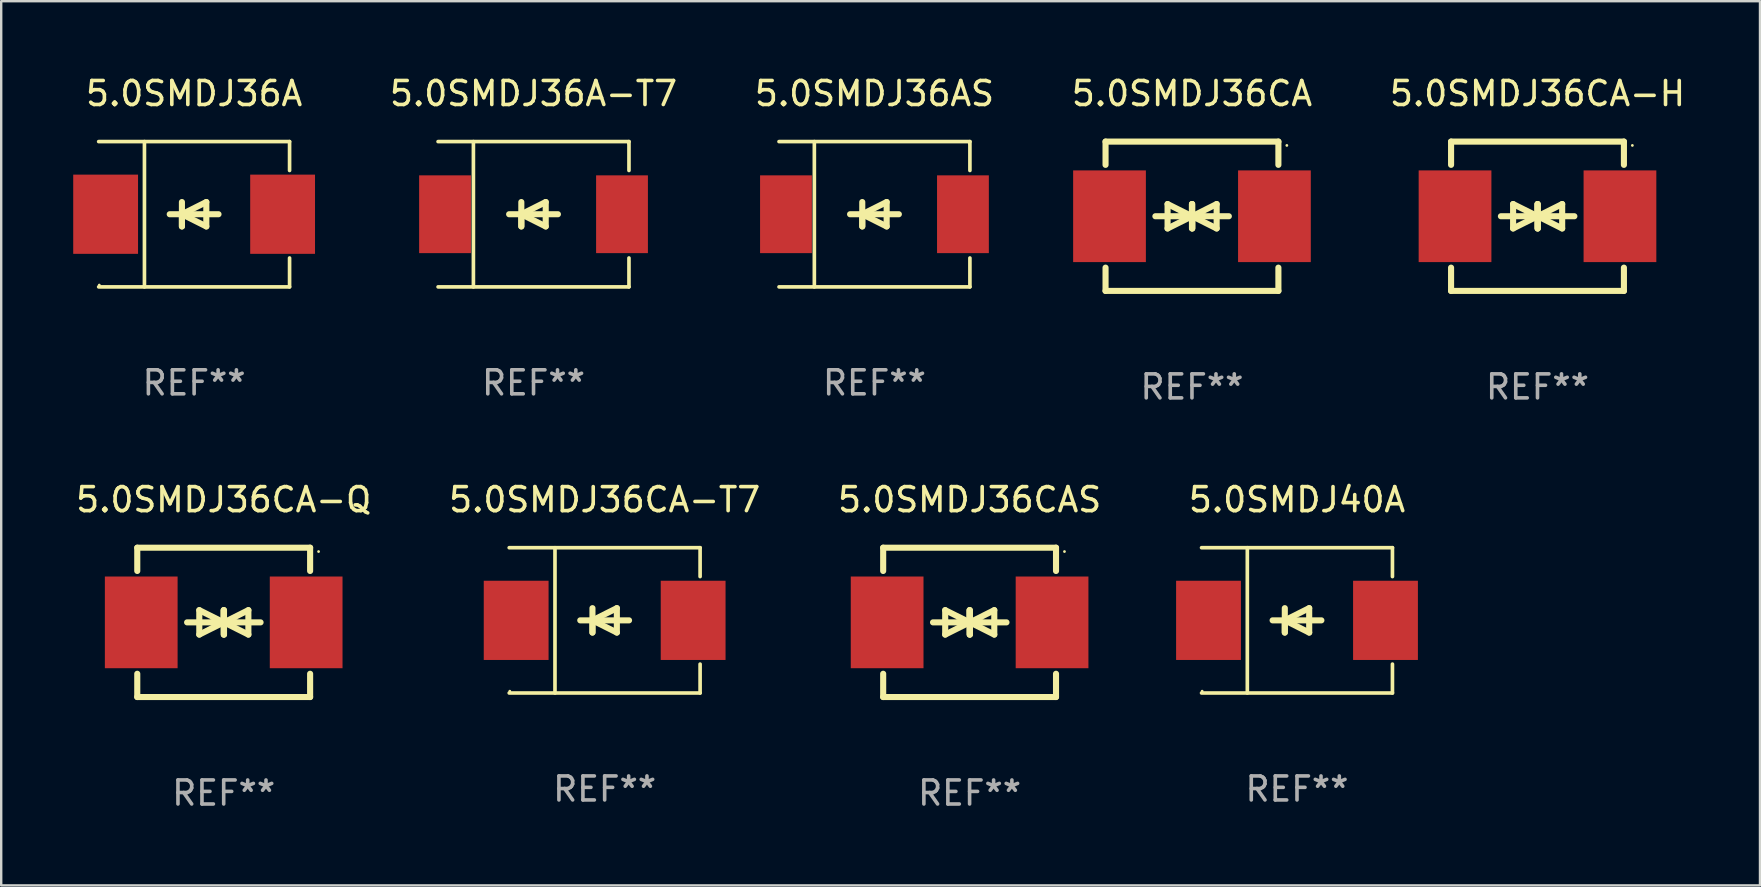
<source format=kicad_pcb>
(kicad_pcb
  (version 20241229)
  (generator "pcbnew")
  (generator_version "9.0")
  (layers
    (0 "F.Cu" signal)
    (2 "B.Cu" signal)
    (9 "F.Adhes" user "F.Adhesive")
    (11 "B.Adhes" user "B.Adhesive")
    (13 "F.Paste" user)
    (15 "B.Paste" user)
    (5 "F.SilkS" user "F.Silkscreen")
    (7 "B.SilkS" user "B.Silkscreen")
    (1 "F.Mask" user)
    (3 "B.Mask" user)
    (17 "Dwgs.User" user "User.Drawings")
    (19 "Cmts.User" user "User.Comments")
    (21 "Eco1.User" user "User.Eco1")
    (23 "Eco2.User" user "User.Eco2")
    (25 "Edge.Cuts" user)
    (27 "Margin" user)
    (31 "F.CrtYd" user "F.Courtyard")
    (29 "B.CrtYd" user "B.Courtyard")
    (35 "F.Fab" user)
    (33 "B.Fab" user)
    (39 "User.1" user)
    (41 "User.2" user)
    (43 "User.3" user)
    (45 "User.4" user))
  (footprint "5.0SMDJ36CA-H"
    (layer "F.Cu")
    (at 60.995 5.958)
    (property "Reference" "5.0SMDJ36CA-H" (at 0 -5.11 0) (layer "F.SilkS") (effects (font (size 1 1) (thickness 0.15))))
    (attr through_hole)
    (fp_line (start -3.6 -2.141) (end -3.6 -3.11) (stroke (width 0.254) (type solid)) (layer "F.SilkS"))
    (fp_line (start -3.6 3.11) (end -3.6 2.141) (stroke (width 0.254) (type solid)) (layer "F.SilkS"))
    (fp_line (start -1.524 0) (end 0.508 0) (stroke (width 0.254) (type solid)) (layer "F.SilkS"))
    (fp_line (start -1.016 -0.508) (end -1.016 0.508) (stroke (width 0.254) (type solid)) (layer "F.SilkS"))
    (fp_line (start -1.016 0.508) (end 0 0) (stroke (width 0.254) (type solid)) (layer "F.SilkS"))
    (fp_line (start 0 -0.508) (end 0 0.508) (stroke (width 0.254) (type solid)) (layer "F.SilkS"))
    (fp_line (start 0 0) (end -1.016 -0.508) (stroke (width 0.254) (type solid)) (layer "F.SilkS"))
    (fp_line (start 0 0) (end 0 -0.508) (stroke (width 0.254) (type solid)) (layer "F.SilkS"))
    (fp_line (start 0.012 0) (end 0.012 0.508) (stroke (width 0.254) (type solid)) (layer "F.SilkS"))
    (fp_line (start 0.012 0) (end 1.028 0.508) (stroke (width 0.254) (type solid)) (layer "F.SilkS"))
    (fp_line (start 0.012 0.508) (end 0.012 -0.508) (stroke (width 0.254) (type solid)) (layer "F.SilkS"))
    (fp_line (start 1.028 -0.508) (end 0.012 0) (stroke (width 0.254) (type solid)) (layer "F.SilkS"))
    (fp_line (start 1.028 0.508) (end 1.028 -0.508) (stroke (width 0.254) (type solid)) (layer "F.SilkS"))
    (fp_line (start 1.536 0) (end -0.496 0) (stroke (width 0.254) (type solid)) (layer "F.SilkS"))
    (fp_line (start 3.6 -3.11) (end -3.6 -3.11) (stroke (width 0.254) (type solid)) (layer "F.SilkS"))
    (fp_line (start 3.6 -2.141) (end 3.6 -3.11) (stroke (width 0.254) (type solid)) (layer "F.SilkS"))
    (fp_line (start 3.6 3.11) (end -3.6 3.11) (stroke (width 0.254) (type solid)) (layer "F.SilkS"))
    (fp_line (start 3.6 3.11) (end 3.6 2.141) (stroke (width 0.254) (type solid)) (layer "F.SilkS"))
    (fp_circle (center 3.952 -2.95) (end 3.982 -2.95) (stroke (width 0.06) (type solid)) (fill no) (layer "F.SilkS"))
    (fp_text user "REF**" (at 0 7.11 0) (layer "F.Fab") (effects (font (size 1 1) (thickness 0.15))))
    (pad "1" smd rect (at 3.435 0) (size 3.03 3.82) (layers "F.Cu" "F.Mask" "F.Paste"))
    (pad "2" smd rect (at -3.435 0) (size 3.03 3.82) (layers "F.Cu" "F.Mask" "F.Paste")))
  (footprint "5.0SMDJ36AS"
    (layer "F.Cu")
    (at 33.376 5.874)
    (property "Reference" "5.0SMDJ36AS" (at 0 -5.026 0) (layer "F.SilkS") (effects (font (size 1 1) (thickness 0.15))))
    (attr through_hole)
    (fp_line (start -3.976 -3.026) (end 3.976 -3.026) (stroke (width 0.152) (type solid)) (layer "F.SilkS"))
    (fp_line (start -3.976 3.026) (end 3.976 3.026) (stroke (width 0.152) (type solid)) (layer "F.SilkS"))
    (fp_line (start -2.504 -3.026) (end -2.504 3.026) (stroke (width 0.152) (type solid)) (layer "F.SilkS"))
    (fp_line (start -0.508 0) (end -0.508 0.508) (stroke (width 0.254) (type solid)) (layer "F.SilkS"))
    (fp_line (start -0.508 0) (end 0.508 0.508) (stroke (width 0.254) (type solid)) (layer "F.SilkS"))
    (fp_line (start -0.508 0.508) (end -0.508 -0.508) (stroke (width 0.254) (type solid)) (layer "F.SilkS"))
    (fp_line (start 0.508 -0.508) (end -0.508 0) (stroke (width 0.254) (type solid)) (layer "F.SilkS"))
    (fp_line (start 0.508 0.508) (end 0.508 -0.508) (stroke (width 0.254) (type solid)) (layer "F.SilkS"))
    (fp_line (start 1.016 0) (end -1.016 0) (stroke (width 0.254) (type solid)) (layer "F.SilkS"))
    (fp_line (start 3.976 -3.026) (end 3.976 -1.823) (stroke (width 0.152) (type solid)) (layer "F.SilkS"))
    (fp_line (start 3.976 3.026) (end 3.976 1.823) (stroke (width 0.152) (type solid)) (layer "F.SilkS"))
    (fp_circle (center 3.95 -2.95) (end 3.98 -2.95) (stroke (width 0.06) (type solid)) (fill no) (layer "F.SilkS"))
    (fp_text user "REF**" (at 0 7.026 0) (layer "F.Fab") (effects (font (size 1 1) (thickness 0.15))))
    (pad "1" smd rect (at 3.686 0 180) (size 2.158 3.24) (layers "F.Cu" "F.Mask" "F.Paste"))
    (pad "2" smd rect (at -3.686 0 180) (size 2.158 3.24) (layers "F.Cu" "F.Mask" "F.Paste")))
  (footprint "5.0SMDJ36A"
    (layer "F.Cu")
    (at 5.036 5.874)
    (property "Reference" "5.0SMDJ36A" (at 0 -5.026 0) (layer "F.SilkS") (effects (font (size 1 1) (thickness 0.15))))
    (attr through_hole)
    (fp_line (start -3.976 -3.026) (end 3.976 -3.026) (stroke (width 0.152) (type solid)) (layer "F.SilkS"))
    (fp_line (start -3.976 3.026) (end 3.976 3.026) (stroke (width 0.152) (type solid)) (layer "F.SilkS"))
    (fp_line (start -2.069 -3.026) (end -2.069 3.026) (stroke (width 0.152) (type solid)) (layer "F.SilkS"))
    (fp_line (start -0.508 0) (end -0.508 0.508) (stroke (width 0.254) (type solid)) (layer "F.SilkS"))
    (fp_line (start -0.508 0) (end 0.508 0.508) (stroke (width 0.254) (type solid)) (layer "F.SilkS"))
    (fp_line (start -0.508 0.508) (end -0.508 -0.508) (stroke (width 0.254) (type solid)) (layer "F.SilkS"))
    (fp_line (start 0.508 -0.508) (end -0.508 0) (stroke (width 0.254) (type solid)) (layer "F.SilkS"))
    (fp_line (start 0.508 0.508) (end 0.508 -0.508) (stroke (width 0.254) (type solid)) (layer "F.SilkS"))
    (fp_line (start 1.016 0) (end -1.016 0) (stroke (width 0.254) (type solid)) (layer "F.SilkS"))
    (fp_line (start 3.976 -3.026) (end 3.976 -1.823) (stroke (width 0.152) (type solid)) (layer "F.SilkS"))
    (fp_line (start 3.976 3.026) (end 3.976 1.823) (stroke (width 0.152) (type solid)) (layer "F.SilkS"))
    (fp_circle (center -3.95 2.95) (end -3.92 2.95) (stroke (width 0.06) (type solid)) (fill no) (layer "F.SilkS"))
    (fp_text user "REF**" (at 0 7.026 0) (layer "F.Fab") (effects (font (size 1 1) (thickness 0.15))))
    (pad "1" smd rect (at -3.686 0) (size 2.7 3.3) (layers "F.Cu" "F.Mask" "F.Paste"))
    (pad "2" smd rect (at 3.686 0) (size 2.7 3.3) (layers "F.Cu" "F.Mask" "F.Paste")))
  (footprint "5.0SMDJ36CA"
    (layer "F.Cu")
    (at 46.602 5.958)
    (property "Reference" "5.0SMDJ36CA" (at 0 -5.11 0) (layer "F.SilkS") (effects (font (size 1 1) (thickness 0.15))))
    (attr through_hole)
    (fp_line (start -3.6 -2.141) (end -3.6 -3.11) (stroke (width 0.254) (type solid)) (layer "F.SilkS"))
    (fp_line (start -3.6 3.11) (end -3.6 2.141) (stroke (width 0.254) (type solid)) (layer "F.SilkS"))
    (fp_line (start -1.524 0) (end 0.508 0) (stroke (width 0.254) (type solid)) (layer "F.SilkS"))
    (fp_line (start -1.016 -0.508) (end -1.016 0.508) (stroke (width 0.254) (type solid)) (layer "F.SilkS"))
    (fp_line (start -1.016 0.508) (end 0 0) (stroke (width 0.254) (type solid)) (layer "F.SilkS"))
    (fp_line (start 0 -0.508) (end 0 0.508) (stroke (width 0.254) (type solid)) (layer "F.SilkS"))
    (fp_line (start 0 0) (end -1.016 -0.508) (stroke (width 0.254) (type solid)) (layer "F.SilkS"))
    (fp_line (start 0 0) (end 0 -0.508) (stroke (width 0.254) (type solid)) (layer "F.SilkS"))
    (fp_line (start 0.012 0) (end 0.012 0.508) (stroke (width 0.254) (type solid)) (layer "F.SilkS"))
    (fp_line (start 0.012 0) (end 1.028 0.508) (stroke (width 0.254) (type solid)) (layer "F.SilkS"))
    (fp_line (start 0.012 0.508) (end 0.012 -0.508) (stroke (width 0.254) (type solid)) (layer "F.SilkS"))
    (fp_line (start 1.028 -0.508) (end 0.012 0) (stroke (width 0.254) (type solid)) (layer "F.SilkS"))
    (fp_line (start 1.028 0.508) (end 1.028 -0.508) (stroke (width 0.254) (type solid)) (layer "F.SilkS"))
    (fp_line (start 1.536 0) (end -0.496 0) (stroke (width 0.254) (type solid)) (layer "F.SilkS"))
    (fp_line (start 3.6 -3.11) (end -3.6 -3.11) (stroke (width 0.254) (type solid)) (layer "F.SilkS"))
    (fp_line (start 3.6 -2.141) (end 3.6 -3.11) (stroke (width 0.254) (type solid)) (layer "F.SilkS"))
    (fp_line (start 3.6 3.11) (end -3.6 3.11) (stroke (width 0.254) (type solid)) (layer "F.SilkS"))
    (fp_line (start 3.6 3.11) (end 3.6 2.141) (stroke (width 0.254) (type solid)) (layer "F.SilkS"))
    (fp_circle (center 3.952 -2.95) (end 3.982 -2.95) (stroke (width 0.06) (type solid)) (fill no) (layer "F.SilkS"))
    (fp_text user "REF**" (at 0 7.11 0) (layer "F.Fab") (effects (font (size 1 1) (thickness 0.15))))
    (pad "1" smd rect (at 3.435 0) (size 3.03 3.82) (layers "F.Cu" "F.Mask" "F.Paste"))
    (pad "2" smd rect (at -3.435 0) (size 3.03 3.82) (layers "F.Cu" "F.Mask" "F.Paste")))
  (footprint "5.0SMDJ36A-T7"
    (layer "F.Cu")
    (at 19.174 5.874)
    (property "Reference" "5.0SMDJ36A-T7" (at 0 -5.026 0) (layer "F.SilkS") (effects (font (size 1 1) (thickness 0.15))))
    (attr through_hole)
    (fp_line (start -3.976 -3.026) (end 3.976 -3.026) (stroke (width 0.152) (type solid)) (layer "F.SilkS"))
    (fp_line (start -3.976 3.026) (end 3.976 3.026) (stroke (width 0.152) (type solid)) (layer "F.SilkS"))
    (fp_line (start -2.504 -3.026) (end -2.504 3.026) (stroke (width 0.152) (type solid)) (layer "F.SilkS"))
    (fp_line (start -0.508 0) (end -0.508 0.508) (stroke (width 0.254) (type solid)) (layer "F.SilkS"))
    (fp_line (start -0.508 0) (end 0.508 0.508) (stroke (width 0.254) (type solid)) (layer "F.SilkS"))
    (fp_line (start -0.508 0.508) (end -0.508 -0.508) (stroke (width 0.254) (type solid)) (layer "F.SilkS"))
    (fp_line (start 0.508 -0.508) (end -0.508 0) (stroke (width 0.254) (type solid)) (layer "F.SilkS"))
    (fp_line (start 0.508 0.508) (end 0.508 -0.508) (stroke (width 0.254) (type solid)) (layer "F.SilkS"))
    (fp_line (start 1.016 0) (end -1.016 0) (stroke (width 0.254) (type solid)) (layer "F.SilkS"))
    (fp_line (start 3.976 -3.026) (end 3.976 -1.823) (stroke (width 0.152) (type solid)) (layer "F.SilkS"))
    (fp_line (start 3.976 3.026) (end 3.976 1.823) (stroke (width 0.152) (type solid)) (layer "F.SilkS"))
    (fp_circle (center 3.95 -2.95) (end 3.98 -2.95) (stroke (width 0.06) (type solid)) (fill no) (layer "F.SilkS"))
    (fp_text user "REF**" (at 0 7.026 0) (layer "F.Fab") (effects (font (size 1 1) (thickness 0.15))))
    (pad "1" smd rect (at 3.686 0 180) (size 2.158 3.24) (layers "F.Cu" "F.Mask" "F.Paste"))
    (pad "2" smd rect (at -3.686 0 180) (size 2.158 3.24) (layers "F.Cu" "F.Mask" "F.Paste")))
  (footprint "5.0SMDJ40A"
    (layer "F.Cu")
    (at 50.977 22.791)
    (property "Reference" "5.0SMDJ40A" (at 0 -5.026 0) (layer "F.SilkS") (effects (font (size 1 1) (thickness 0.15))))
    (attr through_hole)
    (fp_line (start -3.976 -3.026) (end 3.976 -3.026) (stroke (width 0.152) (type solid)) (layer "F.SilkS"))
    (fp_line (start -3.976 3.026) (end 3.976 3.026) (stroke (width 0.152) (type solid)) (layer "F.SilkS"))
    (fp_line (start -2.069 -3.026) (end -2.069 3.026) (stroke (width 0.152) (type solid)) (layer "F.SilkS"))
    (fp_line (start -0.508 0) (end -0.508 0.508) (stroke (width 0.254) (type solid)) (layer "F.SilkS"))
    (fp_line (start -0.508 0) (end 0.508 0.508) (stroke (width 0.254) (type solid)) (layer "F.SilkS"))
    (fp_line (start -0.508 0.508) (end -0.508 -0.508) (stroke (width 0.254) (type solid)) (layer "F.SilkS"))
    (fp_line (start 0.508 -0.508) (end -0.508 0) (stroke (width 0.254) (type solid)) (layer "F.SilkS"))
    (fp_line (start 0.508 0.508) (end 0.508 -0.508) (stroke (width 0.254) (type solid)) (layer "F.SilkS"))
    (fp_line (start 1.016 0) (end -1.016 0) (stroke (width 0.254) (type solid)) (layer "F.SilkS"))
    (fp_line (start 3.976 -3.026) (end 3.976 -1.823) (stroke (width 0.152) (type solid)) (layer "F.SilkS"))
    (fp_line (start 3.976 3.026) (end 3.976 1.823) (stroke (width 0.152) (type solid)) (layer "F.SilkS"))
    (fp_circle (center -3.95 2.95) (end -3.92 2.95) (stroke (width 0.06) (type solid)) (fill no) (layer "F.SilkS"))
    (fp_text user "REF**" (at 0 7.026 0) (layer "F.Fab") (effects (font (size 1 1) (thickness 0.15))))
    (pad "1" smd rect (at -3.686 0) (size 2.7 3.3) (layers "F.Cu" "F.Mask" "F.Paste"))
    (pad "2" smd rect (at 3.686 0) (size 2.7 3.3) (layers "F.Cu" "F.Mask" "F.Paste")))
  (footprint "5.0SMDJ36CAS"
    (layer "F.Cu")
    (at 37.339 22.875)
    (property "Reference" "5.0SMDJ36CAS" (at 0 -5.11 0) (layer "F.SilkS") (effects (font (size 1 1) (thickness 0.15))))
    (attr through_hole)
    (fp_line (start -3.6 -2.141) (end -3.6 -3.11) (stroke (width 0.254) (type solid)) (layer "F.SilkS"))
    (fp_line (start -3.6 3.11) (end -3.6 2.141) (stroke (width 0.254) (type solid)) (layer "F.SilkS"))
    (fp_line (start -1.524 0) (end 0.508 0) (stroke (width 0.254) (type solid)) (layer "F.SilkS"))
    (fp_line (start -1.016 -0.508) (end -1.016 0.508) (stroke (width 0.254) (type solid)) (layer "F.SilkS"))
    (fp_line (start -1.016 0.508) (end 0 0) (stroke (width 0.254) (type solid)) (layer "F.SilkS"))
    (fp_line (start 0 -0.508) (end 0 0.508) (stroke (width 0.254) (type solid)) (layer "F.SilkS"))
    (fp_line (start 0 0) (end -1.016 -0.508) (stroke (width 0.254) (type solid)) (layer "F.SilkS"))
    (fp_line (start 0 0) (end 0 -0.508) (stroke (width 0.254) (type solid)) (layer "F.SilkS"))
    (fp_line (start 0.012 0) (end 0.012 0.508) (stroke (width 0.254) (type solid)) (layer "F.SilkS"))
    (fp_line (start 0.012 0) (end 1.028 0.508) (stroke (width 0.254) (type solid)) (layer "F.SilkS"))
    (fp_line (start 0.012 0.508) (end 0.012 -0.508) (stroke (width 0.254) (type solid)) (layer "F.SilkS"))
    (fp_line (start 1.028 -0.508) (end 0.012 0) (stroke (width 0.254) (type solid)) (layer "F.SilkS"))
    (fp_line (start 1.028 0.508) (end 1.028 -0.508) (stroke (width 0.254) (type solid)) (layer "F.SilkS"))
    (fp_line (start 1.536 0) (end -0.496 0) (stroke (width 0.254) (type solid)) (layer "F.SilkS"))
    (fp_line (start 3.6 -3.11) (end -3.6 -3.11) (stroke (width 0.254) (type solid)) (layer "F.SilkS"))
    (fp_line (start 3.6 -2.141) (end 3.6 -3.11) (stroke (width 0.254) (type solid)) (layer "F.SilkS"))
    (fp_line (start 3.6 3.11) (end -3.6 3.11) (stroke (width 0.254) (type solid)) (layer "F.SilkS"))
    (fp_line (start 3.6 3.11) (end 3.6 2.141) (stroke (width 0.254) (type solid)) (layer "F.SilkS"))
    (fp_circle (center 3.952 -2.95) (end 3.982 -2.95) (stroke (width 0.06) (type solid)) (fill no) (layer "F.SilkS"))
    (fp_text user "REF**" (at 0 7.11 0) (layer "F.Fab") (effects (font (size 1 1) (thickness 0.15))))
    (pad "1" smd rect (at 3.435 0) (size 3.03 3.82) (layers "F.Cu" "F.Mask" "F.Paste"))
    (pad "2" smd rect (at -3.435 0) (size 3.03 3.82) (layers "F.Cu" "F.Mask" "F.Paste")))
  (footprint "5.0SMDJ36CA-Q"
    (layer "F.Cu")
    (at 6.268 22.875)
    (property "Reference" "5.0SMDJ36CA-Q" (at 0 -5.11 0) (layer "F.SilkS") (effects (font (size 1 1) (thickness 0.15))))
    (attr through_hole)
    (fp_line (start -3.6 -2.141) (end -3.6 -3.11) (stroke (width 0.254) (type solid)) (layer "F.SilkS"))
    (fp_line (start -3.6 3.11) (end -3.6 2.141) (stroke (width 0.254) (type solid)) (layer "F.SilkS"))
    (fp_line (start -1.524 0) (end 0.508 0) (stroke (width 0.254) (type solid)) (layer "F.SilkS"))
    (fp_line (start -1.016 -0.508) (end -1.016 0.508) (stroke (width 0.254) (type solid)) (layer "F.SilkS"))
    (fp_line (start -1.016 0.508) (end 0 0) (stroke (width 0.254) (type solid)) (layer "F.SilkS"))
    (fp_line (start 0 -0.508) (end 0 0.508) (stroke (width 0.254) (type solid)) (layer "F.SilkS"))
    (fp_line (start 0 0) (end -1.016 -0.508) (stroke (width 0.254) (type solid)) (layer "F.SilkS"))
    (fp_line (start 0 0) (end 0 -0.508) (stroke (width 0.254) (type solid)) (layer "F.SilkS"))
    (fp_line (start 0.012 0) (end 0.012 0.508) (stroke (width 0.254) (type solid)) (layer "F.SilkS"))
    (fp_line (start 0.012 0) (end 1.028 0.508) (stroke (width 0.254) (type solid)) (layer "F.SilkS"))
    (fp_line (start 0.012 0.508) (end 0.012 -0.508) (stroke (width 0.254) (type solid)) (layer "F.SilkS"))
    (fp_line (start 1.028 -0.508) (end 0.012 0) (stroke (width 0.254) (type solid)) (layer "F.SilkS"))
    (fp_line (start 1.028 0.508) (end 1.028 -0.508) (stroke (width 0.254) (type solid)) (layer "F.SilkS"))
    (fp_line (start 1.536 0) (end -0.496 0) (stroke (width 0.254) (type solid)) (layer "F.SilkS"))
    (fp_line (start 3.6 -3.11) (end -3.6 -3.11) (stroke (width 0.254) (type solid)) (layer "F.SilkS"))
    (fp_line (start 3.6 -2.141) (end 3.6 -3.11) (stroke (width 0.254) (type solid)) (layer "F.SilkS"))
    (fp_line (start 3.6 3.11) (end -3.6 3.11) (stroke (width 0.254) (type solid)) (layer "F.SilkS"))
    (fp_line (start 3.6 3.11) (end 3.6 2.141) (stroke (width 0.254) (type solid)) (layer "F.SilkS"))
    (fp_circle (center 3.952 -2.95) (end 3.982 -2.95) (stroke (width 0.06) (type solid)) (fill no) (layer "F.SilkS"))
    (fp_text user "REF**" (at 0 7.11 0) (layer "F.Fab") (effects (font (size 1 1) (thickness 0.15))))
    (pad "1" smd rect (at 3.435 0) (size 3.03 3.82) (layers "F.Cu" "F.Mask" "F.Paste"))
    (pad "2" smd rect (at -3.435 0) (size 3.03 3.82) (layers "F.Cu" "F.Mask" "F.Paste")))
  (footprint "5.0SMDJ36CA-T7"
    (layer "F.Cu")
    (at 22.137 22.791)
    (property "Reference" "5.0SMDJ36CA-T7" (at 0 -5.026 0) (layer "F.SilkS") (effects (font (size 1 1) (thickness 0.15))))
    (attr through_hole)
    (fp_line (start -3.976 -3.026) (end 3.976 -3.026) (stroke (width 0.152) (type solid)) (layer "F.SilkS"))
    (fp_line (start -3.976 3.026) (end 3.976 3.026) (stroke (width 0.152) (type solid)) (layer "F.SilkS"))
    (fp_line (start -2.069 -3.026) (end -2.069 3.026) (stroke (width 0.152) (type solid)) (layer "F.SilkS"))
    (fp_line (start -0.508 0) (end -0.508 0.508) (stroke (width 0.254) (type solid)) (layer "F.SilkS"))
    (fp_line (start -0.508 0) (end 0.508 0.508) (stroke (width 0.254) (type solid)) (layer "F.SilkS"))
    (fp_line (start -0.508 0.508) (end -0.508 -0.508) (stroke (width 0.254) (type solid)) (layer "F.SilkS"))
    (fp_line (start 0.508 -0.508) (end -0.508 0) (stroke (width 0.254) (type solid)) (layer "F.SilkS"))
    (fp_line (start 0.508 0.508) (end 0.508 -0.508) (stroke (width 0.254) (type solid)) (layer "F.SilkS"))
    (fp_line (start 1.016 0) (end -1.016 0) (stroke (width 0.254) (type solid)) (layer "F.SilkS"))
    (fp_line (start 3.976 -3.026) (end 3.976 -1.823) (stroke (width 0.152) (type solid)) (layer "F.SilkS"))
    (fp_line (start 3.976 3.026) (end 3.976 1.823) (stroke (width 0.152) (type solid)) (layer "F.SilkS"))
    (fp_circle (center -3.95 2.95) (end -3.92 2.95) (stroke (width 0.06) (type solid)) (fill no) (layer "F.SilkS"))
    (fp_text user "REF**" (at 0 7.026 0) (layer "F.Fab") (effects (font (size 1 1) (thickness 0.15))))
    (pad "1" smd rect (at -3.686 0) (size 2.7 3.3) (layers "F.Cu" "F.Mask" "F.Paste"))
    (pad "2" smd rect (at 3.686 0) (size 2.7 3.3) (layers "F.Cu" "F.Mask" "F.Paste")))
  (gr_rect
    (start -3 -3)
    (end 70.263 33.833)
    (stroke (width 0.1) (type default))
    (fill no)
    (layer "Edge.Cuts")))
</source>
